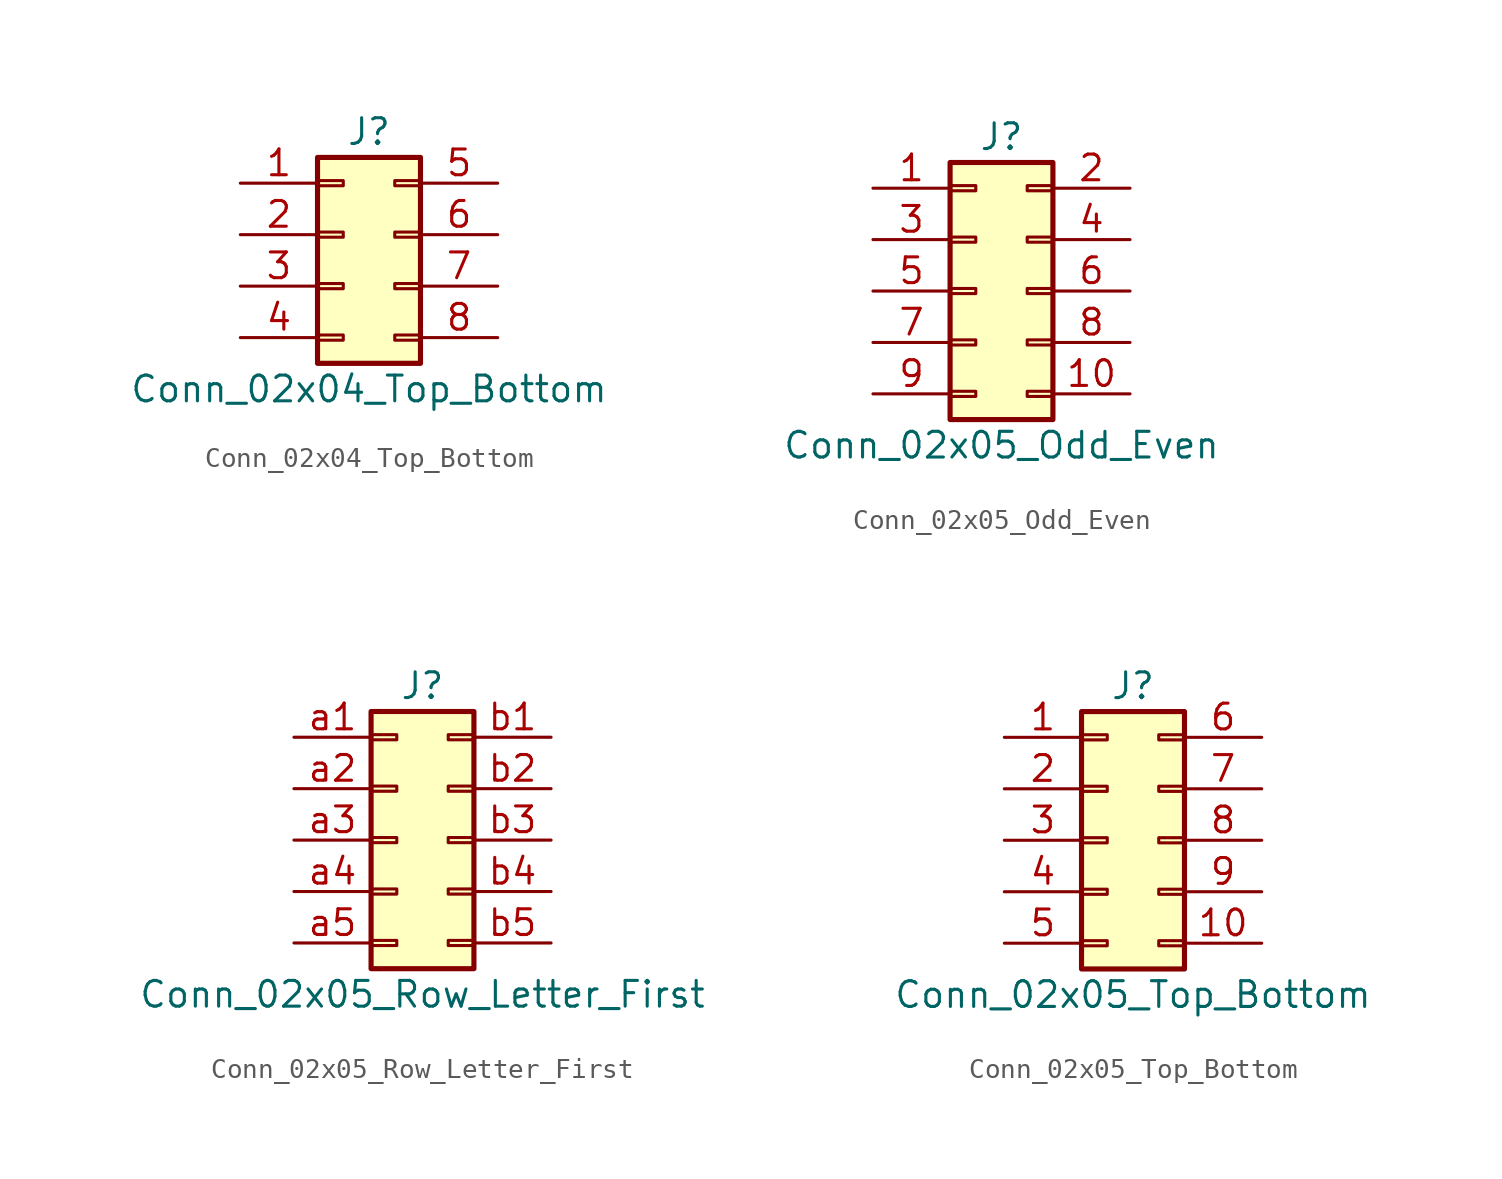
<source format=kicad_sym>
(kicad_symbol_lib
  (version 20211014)
  (generator kicad_symbol_editor)
  (symbol "Conn_02x04_Top_Bottom"
    (pin_names
      (offset 1.016) hide)
    (property "Reference" "J"
      (at 1.27 5.08 0)
      (effects (font (size 1.27 1.27))))
    (property "Value" "Conn_02x04_Top_Bottom"
      (at 1.27 -7.62 0)
      (effects (font (size 1.27 1.27))))
    (symbol "Conn_02x04_Top_Bottom_1_1"
      (rectangle (start -1.27 -4.953) (end 0 -5.207) (stroke (width 0.152) (type default) (color 0 0 0 0)) (fill (type none)))
      (rectangle (start -1.27 -2.413) (end 0 -2.667) (stroke (width 0.152) (type default) (color 0 0 0 0)) (fill (type none)))
      (rectangle (start -1.27 0.127) (end 0 -0.127) (stroke (width 0.152) (type default) (color 0 0 0 0)) (fill (type none)))
      (rectangle (start -1.27 2.667) (end 0 2.413) (stroke (width 0.152) (type default) (color 0 0 0 0)) (fill (type none)))
      (rectangle (start -1.27 3.81) (end 3.81 -6.35) (stroke (width 0.254) (type default) (color 0 0 0 0)) (fill (type background)))
      (rectangle (start 3.81 -4.953) (end 2.54 -5.207) (stroke (width 0.152) (type default) (color 0 0 0 0)) (fill (type none)))
      (rectangle (start 3.81 -2.413) (end 2.54 -2.667) (stroke (width 0.152) (type default) (color 0 0 0 0)) (fill (type none)))
      (rectangle (start 3.81 0.127) (end 2.54 -0.127) (stroke (width 0.152) (type default) (color 0 0 0 0)) (fill (type none)))
      (rectangle (start 3.81 2.667) (end 2.54 2.413) (stroke (width 0.152) (type default) (color 0 0 0 0)) (fill (type none)))
      (pin passive line (at -5.08 2.54 0) (length 3.81) (name "Pin_1" (effects (font (size 1.27 1.27)))) (number "1" (effects (font (size 1.27 1.27)))))
      (pin passive line (at -5.08 0 0) (length 3.81) (name "Pin_2" (effects (font (size 1.27 1.27)))) (number "2" (effects (font (size 1.27 1.27)))))
      (pin passive line (at -5.08 -2.54 0) (length 3.81) (name "Pin_3" (effects (font (size 1.27 1.27)))) (number "3" (effects (font (size 1.27 1.27)))))
      (pin passive line (at -5.08 -5.08 0) (length 3.81) (name "Pin_4" (effects (font (size 1.27 1.27)))) (number "4" (effects (font (size 1.27 1.27)))))
      (pin passive line (at 7.62 2.54 180) (length 3.81) (name "Pin_5" (effects (font (size 1.27 1.27)))) (number "5" (effects (font (size 1.27 1.27)))))
      (pin passive line (at 7.62 0 180) (length 3.81) (name "Pin_6" (effects (font (size 1.27 1.27)))) (number "6" (effects (font (size 1.27 1.27)))))
      (pin passive line (at 7.62 -2.54 180) (length 3.81) (name "Pin_7" (effects (font (size 1.27 1.27)))) (number "7" (effects (font (size 1.27 1.27)))))
      (pin passive line (at 7.62 -5.08 180) (length 3.81) (name "Pin_8" (effects (font (size 1.27 1.27)))) (number "8" (effects (font (size 1.27 1.27)))))))
  (symbol "Conn_02x05_Odd_Even"
    (pin_names
      (offset 1.016) hide)
    (property "Reference" "J"
      (at 1.27 7.62 0)
      (effects (font (size 1.27 1.27))))
    (property "Value" "Conn_02x05_Odd_Even"
      (at 1.27 -7.62 0)
      (effects (font (size 1.27 1.27))))
    (symbol "Conn_02x05_Odd_Even_1_1"
      (rectangle (start -1.27 -4.953) (end 0 -5.207) (stroke (width 0.152) (type default) (color 0 0 0 0)) (fill (type none)))
      (rectangle (start -1.27 -2.413) (end 0 -2.667) (stroke (width 0.152) (type default) (color 0 0 0 0)) (fill (type none)))
      (rectangle (start -1.27 0.127) (end 0 -0.127) (stroke (width 0.152) (type default) (color 0 0 0 0)) (fill (type none)))
      (rectangle (start -1.27 2.667) (end 0 2.413) (stroke (width 0.152) (type default) (color 0 0 0 0)) (fill (type none)))
      (rectangle (start -1.27 5.207) (end 0 4.953) (stroke (width 0.152) (type default) (color 0 0 0 0)) (fill (type none)))
      (rectangle (start -1.27 6.35) (end 3.81 -6.35) (stroke (width 0.254) (type default) (color 0 0 0 0)) (fill (type background)))
      (rectangle (start 3.81 -4.953) (end 2.54 -5.207) (stroke (width 0.152) (type default) (color 0 0 0 0)) (fill (type none)))
      (rectangle (start 3.81 -2.413) (end 2.54 -2.667) (stroke (width 0.152) (type default) (color 0 0 0 0)) (fill (type none)))
      (rectangle (start 3.81 0.127) (end 2.54 -0.127) (stroke (width 0.152) (type default) (color 0 0 0 0)) (fill (type none)))
      (rectangle (start 3.81 2.667) (end 2.54 2.413) (stroke (width 0.152) (type default) (color 0 0 0 0)) (fill (type none)))
      (rectangle (start 3.81 5.207) (end 2.54 4.953) (stroke (width 0.152) (type default) (color 0 0 0 0)) (fill (type none)))
      (pin passive line (at -5.08 5.08 0) (length 3.81) (name "Pin_1" (effects (font (size 1.27 1.27)))) (number "1" (effects (font (size 1.27 1.27)))))
      (pin passive line (at 7.62 -5.08 180) (length 3.81) (name "Pin_10" (effects (font (size 1.27 1.27)))) (number "10" (effects (font (size 1.27 1.27)))))
      (pin passive line (at 7.62 5.08 180) (length 3.81) (name "Pin_2" (effects (font (size 1.27 1.27)))) (number "2" (effects (font (size 1.27 1.27)))))
      (pin passive line (at -5.08 2.54 0) (length 3.81) (name "Pin_3" (effects (font (size 1.27 1.27)))) (number "3" (effects (font (size 1.27 1.27)))))
      (pin passive line (at 7.62 2.54 180) (length 3.81) (name "Pin_4" (effects (font (size 1.27 1.27)))) (number "4" (effects (font (size 1.27 1.27)))))
      (pin passive line (at -5.08 0 0) (length 3.81) (name "Pin_5" (effects (font (size 1.27 1.27)))) (number "5" (effects (font (size 1.27 1.27)))))
      (pin passive line (at 7.62 0 180) (length 3.81) (name "Pin_6" (effects (font (size 1.27 1.27)))) (number "6" (effects (font (size 1.27 1.27)))))
      (pin passive line (at -5.08 -2.54 0) (length 3.81) (name "Pin_7" (effects (font (size 1.27 1.27)))) (number "7" (effects (font (size 1.27 1.27)))))
      (pin passive line (at 7.62 -2.54 180) (length 3.81) (name "Pin_8" (effects (font (size 1.27 1.27)))) (number "8" (effects (font (size 1.27 1.27)))))
      (pin passive line (at -5.08 -5.08 0) (length 3.81) (name "Pin_9" (effects (font (size 1.27 1.27)))) (number "9" (effects (font (size 1.27 1.27)))))))
  (symbol "Conn_02x05_Row_Letter_First"
    (pin_names
      (offset 1.016) hide)
    (property "Reference" "J"
      (at 1.27 7.62 0)
      (effects (font (size 1.27 1.27))))
    (property "Value" "Conn_02x05_Row_Letter_First"
      (at 1.27 -7.62 0)
      (effects (font (size 1.27 1.27))))
    (symbol "Conn_02x05_Row_Letter_First_1_1"
      (rectangle (start -1.27 -4.953) (end 0 -5.207) (stroke (width 0.152) (type default) (color 0 0 0 0)) (fill (type none)))
      (rectangle (start -1.27 -2.413) (end 0 -2.667) (stroke (width 0.152) (type default) (color 0 0 0 0)) (fill (type none)))
      (rectangle (start -1.27 0.127) (end 0 -0.127) (stroke (width 0.152) (type default) (color 0 0 0 0)) (fill (type none)))
      (rectangle (start -1.27 2.667) (end 0 2.413) (stroke (width 0.152) (type default) (color 0 0 0 0)) (fill (type none)))
      (rectangle (start -1.27 5.207) (end 0 4.953) (stroke (width 0.152) (type default) (color 0 0 0 0)) (fill (type none)))
      (rectangle (start -1.27 6.35) (end 3.81 -6.35) (stroke (width 0.254) (type default) (color 0 0 0 0)) (fill (type background)))
      (rectangle (start 3.81 -4.953) (end 2.54 -5.207) (stroke (width 0.152) (type default) (color 0 0 0 0)) (fill (type none)))
      (rectangle (start 3.81 -2.413) (end 2.54 -2.667) (stroke (width 0.152) (type default) (color 0 0 0 0)) (fill (type none)))
      (rectangle (start 3.81 0.127) (end 2.54 -0.127) (stroke (width 0.152) (type default) (color 0 0 0 0)) (fill (type none)))
      (rectangle (start 3.81 2.667) (end 2.54 2.413) (stroke (width 0.152) (type default) (color 0 0 0 0)) (fill (type none)))
      (rectangle (start 3.81 5.207) (end 2.54 4.953) (stroke (width 0.152) (type default) (color 0 0 0 0)) (fill (type none)))
      (pin passive line (at -5.08 5.08 0) (length 3.81) (name "Pin_a1" (effects (font (size 1.27 1.27)))) (number "a1" (effects (font (size 1.27 1.27)))))
      (pin passive line (at -5.08 2.54 0) (length 3.81) (name "Pin_a2" (effects (font (size 1.27 1.27)))) (number "a2" (effects (font (size 1.27 1.27)))))
      (pin passive line (at -5.08 0 0) (length 3.81) (name "Pin_a3" (effects (font (size 1.27 1.27)))) (number "a3" (effects (font (size 1.27 1.27)))))
      (pin passive line (at -5.08 -2.54 0) (length 3.81) (name "Pin_a4" (effects (font (size 1.27 1.27)))) (number "a4" (effects (font (size 1.27 1.27)))))
      (pin passive line (at -5.08 -5.08 0) (length 3.81) (name "Pin_a5" (effects (font (size 1.27 1.27)))) (number "a5" (effects (font (size 1.27 1.27)))))
      (pin passive line (at 7.62 5.08 180) (length 3.81) (name "Pin_b1" (effects (font (size 1.27 1.27)))) (number "b1" (effects (font (size 1.27 1.27)))))
      (pin passive line (at 7.62 2.54 180) (length 3.81) (name "Pin_b2" (effects (font (size 1.27 1.27)))) (number "b2" (effects (font (size 1.27 1.27)))))
      (pin passive line (at 7.62 0 180) (length 3.81) (name "Pin_b3" (effects (font (size 1.27 1.27)))) (number "b3" (effects (font (size 1.27 1.27)))))
      (pin passive line (at 7.62 -2.54 180) (length 3.81) (name "Pin_b4" (effects (font (size 1.27 1.27)))) (number "b4" (effects (font (size 1.27 1.27)))))
      (pin passive line (at 7.62 -5.08 180) (length 3.81) (name "Pin_b5" (effects (font (size 1.27 1.27)))) (number "b5" (effects (font (size 1.27 1.27)))))))
  (symbol "Conn_02x05_Top_Bottom"
    (pin_names
      (offset 1.016) hide)
    (property "Reference" "J"
      (at 1.27 7.62 0)
      (effects (font (size 1.27 1.27))))
    (property "Value" "Conn_02x05_Top_Bottom"
      (at 1.27 -7.62 0)
      (effects (font (size 1.27 1.27))))
    (symbol "Conn_02x05_Top_Bottom_1_1"
      (rectangle (start -1.27 -4.953) (end 0 -5.207) (stroke (width 0.152) (type default) (color 0 0 0 0)) (fill (type none)))
      (rectangle (start -1.27 -2.413) (end 0 -2.667) (stroke (width 0.152) (type default) (color 0 0 0 0)) (fill (type none)))
      (rectangle (start -1.27 0.127) (end 0 -0.127) (stroke (width 0.152) (type default) (color 0 0 0 0)) (fill (type none)))
      (rectangle (start -1.27 2.667) (end 0 2.413) (stroke (width 0.152) (type default) (color 0 0 0 0)) (fill (type none)))
      (rectangle (start -1.27 5.207) (end 0 4.953) (stroke (width 0.152) (type default) (color 0 0 0 0)) (fill (type none)))
      (rectangle (start -1.27 6.35) (end 3.81 -6.35) (stroke (width 0.254) (type default) (color 0 0 0 0)) (fill (type background)))
      (rectangle (start 3.81 -4.953) (end 2.54 -5.207) (stroke (width 0.152) (type default) (color 0 0 0 0)) (fill (type none)))
      (rectangle (start 3.81 -2.413) (end 2.54 -2.667) (stroke (width 0.152) (type default) (color 0 0 0 0)) (fill (type none)))
      (rectangle (start 3.81 0.127) (end 2.54 -0.127) (stroke (width 0.152) (type default) (color 0 0 0 0)) (fill (type none)))
      (rectangle (start 3.81 2.667) (end 2.54 2.413) (stroke (width 0.152) (type default) (color 0 0 0 0)) (fill (type none)))
      (rectangle (start 3.81 5.207) (end 2.54 4.953) (stroke (width 0.152) (type default) (color 0 0 0 0)) (fill (type none)))
      (pin passive line (at -5.08 5.08 0) (length 3.81) (name "Pin_1" (effects (font (size 1.27 1.27)))) (number "1" (effects (font (size 1.27 1.27)))))
      (pin passive line (at 7.62 -5.08 180) (length 3.81) (name "Pin_10" (effects (font (size 1.27 1.27)))) (number "10" (effects (font (size 1.27 1.27)))))
      (pin passive line (at -5.08 2.54 0) (length 3.81) (name "Pin_2" (effects (font (size 1.27 1.27)))) (number "2" (effects (font (size 1.27 1.27)))))
      (pin passive line (at -5.08 0 0) (length 3.81) (name "Pin_3" (effects (font (size 1.27 1.27)))) (number "3" (effects (font (size 1.27 1.27)))))
      (pin passive line (at -5.08 -2.54 0) (length 3.81) (name "Pin_4" (effects (font (size 1.27 1.27)))) (number "4" (effects (font (size 1.27 1.27)))))
      (pin passive line (at -5.08 -5.08 0) (length 3.81) (name "Pin_5" (effects (font (size 1.27 1.27)))) (number "5" (effects (font (size 1.27 1.27)))))
      (pin passive line (at 7.62 5.08 180) (length 3.81) (name "Pin_6" (effects (font (size 1.27 1.27)))) (number "6" (effects (font (size 1.27 1.27)))))
      (pin passive line (at 7.62 2.54 180) (length 3.81) (name "Pin_7" (effects (font (size 1.27 1.27)))) (number "7" (effects (font (size 1.27 1.27)))))
      (pin passive line (at 7.62 0 180) (length 3.81) (name "Pin_8" (effects (font (size 1.27 1.27)))) (number "8" (effects (font (size 1.27 1.27)))))
      (pin passive line (at 7.62 -2.54 180) (length 3.81) (name "Pin_9" (effects (font (size 1.27 1.27)))) (number "9" (effects (font (size 1.27 1.27))))))))
</source>
